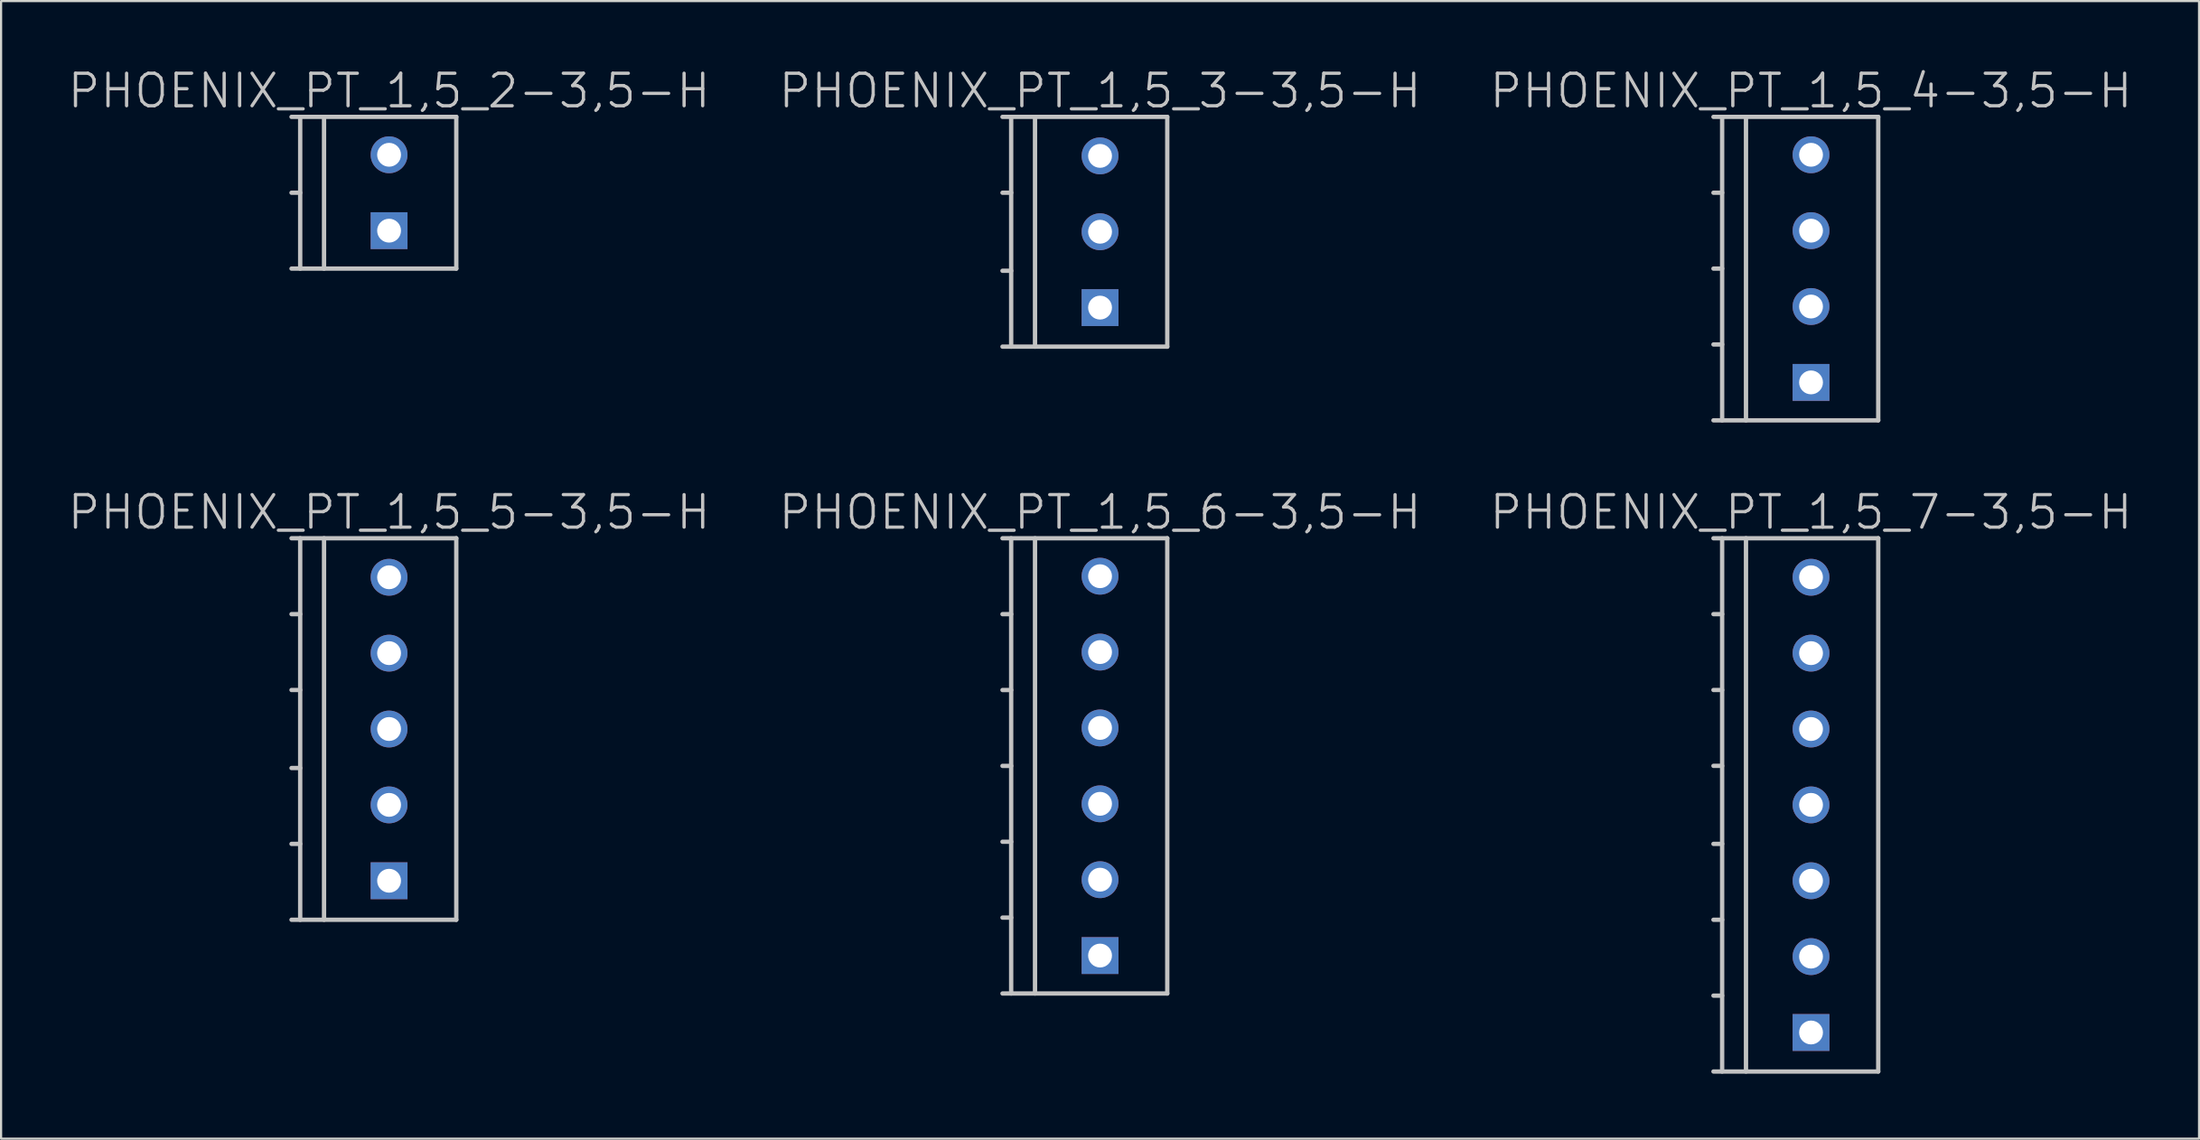
<source format=kicad_pcb>
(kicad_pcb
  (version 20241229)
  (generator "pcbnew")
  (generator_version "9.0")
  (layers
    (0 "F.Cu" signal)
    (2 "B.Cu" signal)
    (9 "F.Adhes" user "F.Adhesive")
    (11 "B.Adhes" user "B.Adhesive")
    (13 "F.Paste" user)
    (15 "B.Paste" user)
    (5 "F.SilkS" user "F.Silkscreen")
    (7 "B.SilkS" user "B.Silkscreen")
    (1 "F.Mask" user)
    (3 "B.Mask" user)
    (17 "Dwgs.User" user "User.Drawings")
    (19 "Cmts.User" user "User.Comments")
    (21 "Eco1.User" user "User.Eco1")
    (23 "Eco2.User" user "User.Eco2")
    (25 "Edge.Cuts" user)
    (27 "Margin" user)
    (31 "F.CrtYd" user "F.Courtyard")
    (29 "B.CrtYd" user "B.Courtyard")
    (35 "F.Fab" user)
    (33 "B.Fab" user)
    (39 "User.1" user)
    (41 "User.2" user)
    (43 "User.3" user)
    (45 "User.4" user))
  (footprint "PHOENIX_PT_1,5_5-3,5-H"
    (layer "F.Cu")
    (at 14.896 30.581)
    (property "Reference" "PHOENIX_PT_1,5_5-3,5-H" (at 0 -10 180) (layer "Dwgs.User") (effects (font (size 1.5 1.5) (thickness 0.15))))
    (attr through_hole)
    (fp_line (start -4.5 8.8) (end 3.1 8.8) (stroke (width 0.2) (type solid)) (layer "Dwgs.User"))
    (fp_line (start -4.1 -8.8) (end -4.1 8.8) (stroke (width 0.2) (type solid)) (layer "Dwgs.User"))
    (fp_line (start -4.1 -5.3) (end -4.5 -5.3) (stroke (width 0.2) (type solid)) (layer "Dwgs.User"))
    (fp_line (start -4.1 -1.8) (end -4.5 -1.8) (stroke (width 0.2) (type solid)) (layer "Dwgs.User"))
    (fp_line (start -4.1 1.8) (end -4.5 1.8) (stroke (width 0.2) (type solid)) (layer "Dwgs.User"))
    (fp_line (start -4.1 5.3) (end -4.5 5.3) (stroke (width 0.2) (type solid)) (layer "Dwgs.User"))
    (fp_line (start -3 -8.8) (end -3 8.8) (stroke (width 0.2) (type solid)) (layer "Dwgs.User"))
    (fp_line (start 3.1 -8.8) (end -4.5 -8.8) (stroke (width 0.2) (type solid)) (layer "Dwgs.User"))
    (fp_line (start 3.1 8.8) (end 3.1 -8.8) (stroke (width 0.2) (type solid)) (layer "Dwgs.User"))
    (pad "1" thru_hole rect (at 0 7) (size 1.7 1.7) (drill 1.1) (layers "*.Cu" "*.Mask"))
    (pad "2" thru_hole circle (at 0 3.5 270) (size 1.7 1.7) (drill 1.1) (layers "*.Cu" "*.Mask"))
    (pad "3" thru_hole circle (at 0 0 270) (size 1.7 1.7) (drill 1.1) (layers "*.Cu" "*.Mask"))
    (pad "4" thru_hole circle (at 0 -3.5 270) (size 1.7 1.7) (drill 1.1) (layers "*.Cu" "*.Mask"))
    (pad "5" thru_hole circle (at 0 -7 270) (size 1.7 1.7) (drill 1.1) (layers "*.Cu" "*.Mask")))
  (footprint "PHOENIX_PT_1,5_3-3,5-H"
    (layer "F.Cu")
    (at 47.689 7.641)
    (property "Reference" "PHOENIX_PT_1,5_3-3,5-H" (at 0 -6.5 180) (layer "Dwgs.User") (effects (font (size 1.5 1.5) (thickness 0.15))))
    (attr through_hole)
    (fp_line (start -4.5 5.3) (end 3.1 5.3) (stroke (width 0.2) (type solid)) (layer "Dwgs.User"))
    (fp_line (start -4.1 -5.3) (end -4.1 5.3) (stroke (width 0.2) (type solid)) (layer "Dwgs.User"))
    (fp_line (start -4.1 -1.8) (end -4.5 -1.8) (stroke (width 0.2) (type solid)) (layer "Dwgs.User"))
    (fp_line (start -4.1 1.8) (end -4.5 1.8) (stroke (width 0.2) (type solid)) (layer "Dwgs.User"))
    (fp_line (start -3 -5.3) (end -3 5.3) (stroke (width 0.2) (type solid)) (layer "Dwgs.User"))
    (fp_line (start 3.1 -5.3) (end -4.5 -5.3) (stroke (width 0.2) (type solid)) (layer "Dwgs.User"))
    (fp_line (start 3.1 5.3) (end 3.1 -5.3) (stroke (width 0.2) (type solid)) (layer "Dwgs.User"))
    (pad "1" thru_hole rect (at 0 3.5) (size 1.7 1.7) (drill 1.1) (layers "*.Cu" "*.Mask"))
    (pad "2" thru_hole circle (at 0 0 270) (size 1.7 1.7) (drill 1.1) (layers "*.Cu" "*.Mask"))
    (pad "3" thru_hole circle (at 0 -3.5 270) (size 1.7 1.7) (drill 1.1) (layers "*.Cu" "*.Mask")))
  (footprint "PHOENIX_PT_1,5_2-3,5-H"
    (layer "F.Cu")
    (at 14.896 5.841)
    (property "Reference" "PHOENIX_PT_1,5_2-3,5-H" (at 0 -4.7 180) (layer "Dwgs.User") (effects (font (size 1.5 1.5) (thickness 0.15))))
    (attr through_hole)
    (fp_line (start -4.5 3.5) (end 3.1 3.5) (stroke (width 0.2) (type solid)) (layer "Dwgs.User"))
    (fp_line (start -4.1 -3.5) (end -4.1 3.5) (stroke (width 0.2) (type solid)) (layer "Dwgs.User"))
    (fp_line (start -4.1 0) (end -4.5 0) (stroke (width 0.2) (type solid)) (layer "Dwgs.User"))
    (fp_line (start -3 -3.5) (end -3 3.5) (stroke (width 0.2) (type solid)) (layer "Dwgs.User"))
    (fp_line (start 3.1 -3.5) (end -4.5 -3.5) (stroke (width 0.2) (type solid)) (layer "Dwgs.User"))
    (fp_line (start 3.1 3.5) (end 3.1 -3.5) (stroke (width 0.2) (type solid)) (layer "Dwgs.User"))
    (pad "1" thru_hole rect (at 0 1.75) (size 1.7 1.7) (drill 1.1) (layers "*.Cu" "*.Mask"))
    (pad "2" thru_hole circle (at 0 -1.75 270) (size 1.7 1.7) (drill 1.1) (layers "*.Cu" "*.Mask")))
  (footprint "PHOENIX_PT_1,5_4-3,5-H"
    (layer "F.Cu")
    (at 80.482 9.341)
    (property "Reference" "PHOENIX_PT_1,5_4-3,5-H" (at 0 -8.2 180) (layer "Dwgs.User") (effects (font (size 1.5 1.5) (thickness 0.15))))
    (attr through_hole)
    (fp_line (start -4.5 7) (end 3.1 7) (stroke (width 0.2) (type solid)) (layer "Dwgs.User"))
    (fp_line (start -4.1 -7) (end -4.1 7) (stroke (width 0.2) (type solid)) (layer "Dwgs.User"))
    (fp_line (start -4.1 -3.5) (end -4.5 -3.5) (stroke (width 0.2) (type solid)) (layer "Dwgs.User"))
    (fp_line (start -4.1 0) (end -4.5 0) (stroke (width 0.2) (type solid)) (layer "Dwgs.User"))
    (fp_line (start -4.1 3.5) (end -4.5 3.5) (stroke (width 0.2) (type solid)) (layer "Dwgs.User"))
    (fp_line (start -3 -7) (end -3 7) (stroke (width 0.2) (type solid)) (layer "Dwgs.User"))
    (fp_line (start 3.1 -7) (end -4.5 -7) (stroke (width 0.2) (type solid)) (layer "Dwgs.User"))
    (fp_line (start 3.1 7) (end 3.1 -7) (stroke (width 0.2) (type solid)) (layer "Dwgs.User"))
    (pad "1" thru_hole rect (at 0 5.25) (size 1.7 1.7) (drill 1.1) (layers "*.Cu" "*.Mask"))
    (pad "2" thru_hole circle (at 0 1.75 270) (size 1.7 1.7) (drill 1.1) (layers "*.Cu" "*.Mask"))
    (pad "3" thru_hole circle (at 0 -1.75 270) (size 1.7 1.7) (drill 1.1) (layers "*.Cu" "*.Mask"))
    (pad "4" thru_hole circle (at 0 -5.25 270) (size 1.7 1.7) (drill 1.1) (layers "*.Cu" "*.Mask")))
  (footprint "PHOENIX_PT_1,5_7-3,5-H"
    (layer "F.Cu")
    (at 80.482 34.081)
    (property "Reference" "PHOENIX_PT_1,5_7-3,5-H" (at 0 -13.5 180) (layer "Dwgs.User") (effects (font (size 1.5 1.5) (thickness 0.15))))
    (attr through_hole)
    (fp_line (start -4.5 12.3) (end 3.1 12.3) (stroke (width 0.2) (type solid)) (layer "Dwgs.User"))
    (fp_line (start -4.1 -12.3) (end -4.1 12.3) (stroke (width 0.2) (type solid)) (layer "Dwgs.User"))
    (fp_line (start -4.1 -8.8) (end -4.5 -8.8) (stroke (width 0.2) (type solid)) (layer "Dwgs.User"))
    (fp_line (start -4.1 -5.3) (end -4.5 -5.3) (stroke (width 0.2) (type solid)) (layer "Dwgs.User"))
    (fp_line (start -4.1 -1.8) (end -4.5 -1.8) (stroke (width 0.2) (type solid)) (layer "Dwgs.User"))
    (fp_line (start -4.1 1.8) (end -4.5 1.8) (stroke (width 0.2) (type solid)) (layer "Dwgs.User"))
    (fp_line (start -4.1 5.3) (end -4.5 5.3) (stroke (width 0.2) (type solid)) (layer "Dwgs.User"))
    (fp_line (start -4.1 8.8) (end -4.5 8.8) (stroke (width 0.2) (type solid)) (layer "Dwgs.User"))
    (fp_line (start -3 -12.3) (end -3 12.3) (stroke (width 0.2) (type solid)) (layer "Dwgs.User"))
    (fp_line (start 3.1 -12.3) (end -4.5 -12.3) (stroke (width 0.2) (type solid)) (layer "Dwgs.User"))
    (fp_line (start 3.1 12.3) (end 3.1 -12.3) (stroke (width 0.2) (type solid)) (layer "Dwgs.User"))
    (pad "1" thru_hole rect (at 0 10.5) (size 1.7 1.7) (drill 1.1) (layers "*.Cu" "*.Mask"))
    (pad "2" thru_hole circle (at 0 7 270) (size 1.7 1.7) (drill 1.1) (layers "*.Cu" "*.Mask"))
    (pad "3" thru_hole circle (at 0 3.5 270) (size 1.7 1.7) (drill 1.1) (layers "*.Cu" "*.Mask"))
    (pad "4" thru_hole circle (at 0 0 270) (size 1.7 1.7) (drill 1.1) (layers "*.Cu" "*.Mask"))
    (pad "5" thru_hole circle (at 0 -3.5 270) (size 1.7 1.7) (drill 1.1) (layers "*.Cu" "*.Mask"))
    (pad "6" thru_hole circle (at 0 -7 270) (size 1.7 1.7) (drill 1.1) (layers "*.Cu" "*.Mask"))
    (pad "7" thru_hole circle (at 0 -10.5 270) (size 1.7 1.7) (drill 1.1) (layers "*.Cu" "*.Mask")))
  (footprint "PHOENIX_PT_1,5_6-3,5-H"
    (layer "F.Cu")
    (at 47.689 32.282)
    (property "Reference" "PHOENIX_PT_1,5_6-3,5-H" (at 0 -11.7 180) (layer "Dwgs.User") (effects (font (size 1.5 1.5) (thickness 0.15))))
    (attr through_hole)
    (fp_line (start -4.5 10.5) (end 3.1 10.5) (stroke (width 0.2) (type solid)) (layer "Dwgs.User"))
    (fp_line (start -4.1 -10.5) (end -4.1 10.5) (stroke (width 0.2) (type solid)) (layer "Dwgs.User"))
    (fp_line (start -4.1 -7) (end -4.5 -7) (stroke (width 0.2) (type solid)) (layer "Dwgs.User"))
    (fp_line (start -4.1 -3.5) (end -4.5 -3.5) (stroke (width 0.2) (type solid)) (layer "Dwgs.User"))
    (fp_line (start -4.1 0) (end -4.5 0) (stroke (width 0.2) (type solid)) (layer "Dwgs.User"))
    (fp_line (start -4.1 3.5) (end -4.5 3.5) (stroke (width 0.2) (type solid)) (layer "Dwgs.User"))
    (fp_line (start -4.1 7) (end -4.5 7) (stroke (width 0.2) (type solid)) (layer "Dwgs.User"))
    (fp_line (start -3 -10.5) (end -3 10.5) (stroke (width 0.2) (type solid)) (layer "Dwgs.User"))
    (fp_line (start 3.1 -10.5) (end -4.5 -10.5) (stroke (width 0.2) (type solid)) (layer "Dwgs.User"))
    (fp_line (start 3.1 10.5) (end 3.1 -10.5) (stroke (width 0.2) (type solid)) (layer "Dwgs.User"))
    (pad "1" thru_hole rect (at 0 8.75) (size 1.7 1.7) (drill 1.1) (layers "*.Cu" "*.Mask"))
    (pad "2" thru_hole circle (at 0 5.25 270) (size 1.7 1.7) (drill 1.1) (layers "*.Cu" "*.Mask"))
    (pad "3" thru_hole circle (at 0 1.75 270) (size 1.7 1.7) (drill 1.1) (layers "*.Cu" "*.Mask"))
    (pad "4" thru_hole circle (at 0 -1.75 270) (size 1.7 1.7) (drill 1.1) (layers "*.Cu" "*.Mask"))
    (pad "5" thru_hole circle (at 0 -5.25 270) (size 1.7 1.7) (drill 1.1) (layers "*.Cu" "*.Mask"))
    (pad "6" thru_hole circle (at 0 -8.75 270) (size 1.7 1.7) (drill 1.1) (layers "*.Cu" "*.Mask")))
  (gr_rect
    (start -3 -3)
    (end 98.379 49.481)
    (stroke (width 0.1) (type default))
    (fill no)
    (layer "Edge.Cuts")))
</source>
